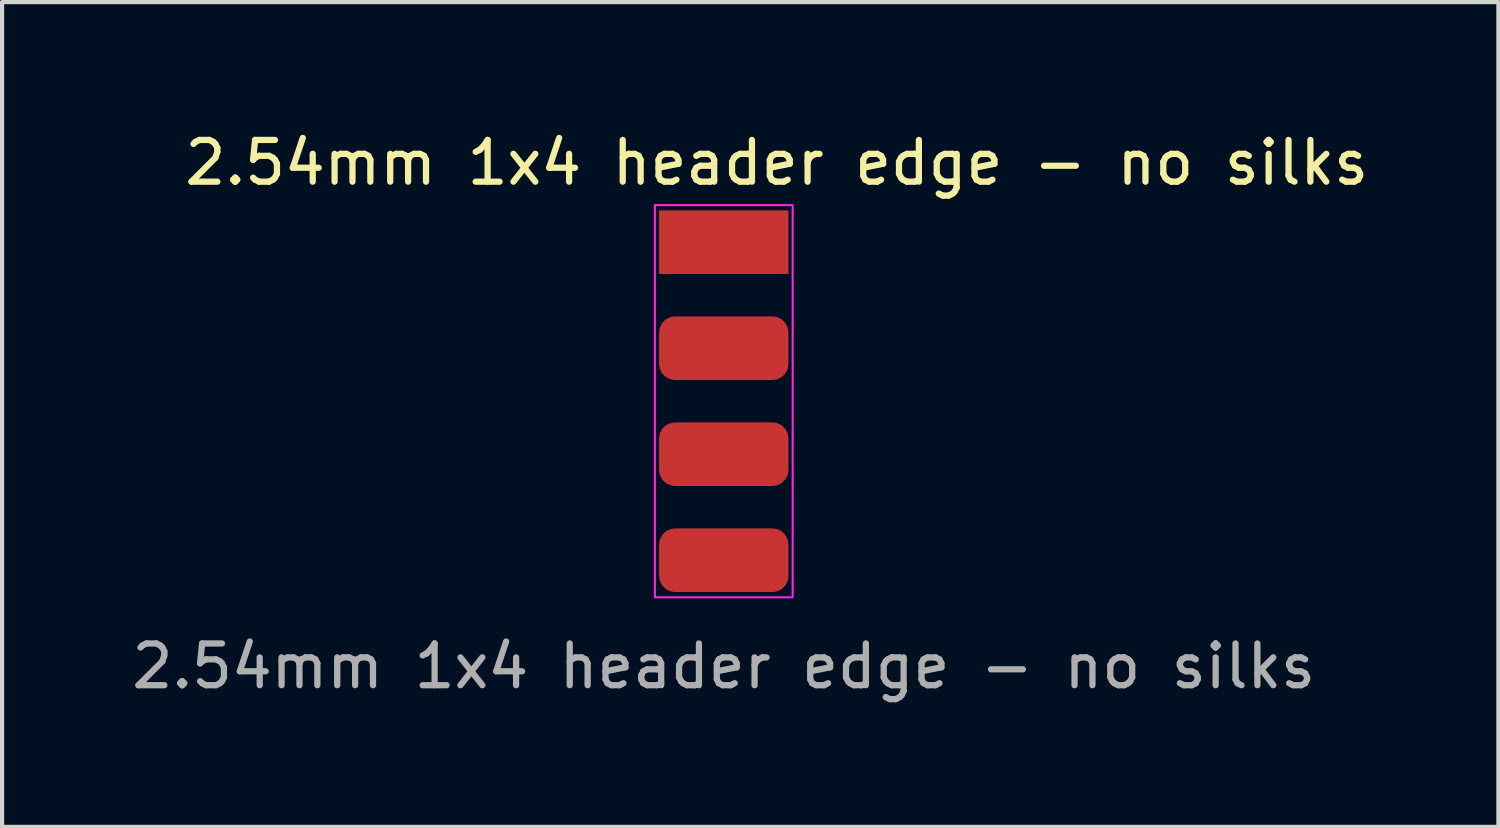
<source format=kicad_pcb>
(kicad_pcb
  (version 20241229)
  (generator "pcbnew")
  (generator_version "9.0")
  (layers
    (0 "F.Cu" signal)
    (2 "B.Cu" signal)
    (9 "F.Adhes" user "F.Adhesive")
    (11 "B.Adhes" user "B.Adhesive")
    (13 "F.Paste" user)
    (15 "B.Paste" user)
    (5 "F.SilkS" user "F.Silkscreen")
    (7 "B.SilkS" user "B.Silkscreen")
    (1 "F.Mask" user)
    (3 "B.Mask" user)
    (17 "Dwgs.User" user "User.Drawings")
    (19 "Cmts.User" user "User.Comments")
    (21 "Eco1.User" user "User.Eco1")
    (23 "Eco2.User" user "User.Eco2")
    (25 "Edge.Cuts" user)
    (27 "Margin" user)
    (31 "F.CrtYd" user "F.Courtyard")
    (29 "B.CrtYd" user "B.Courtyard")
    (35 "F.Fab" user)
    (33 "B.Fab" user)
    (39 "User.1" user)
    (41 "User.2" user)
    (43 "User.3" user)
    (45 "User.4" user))
  (footprint "2.54mm 1x4 header edge - no silks"
    (layer "F.Cu")
    (at 12.641 1.483)
    (property "Reference" "2.54mm 1x4 header edge - no silks" (at 2.921 -0.635 0) (unlocked yes) (layer "F.SilkS") (effects (font (size 1 1) (thickness 0.15))))
    (attr smd)
    (fp_rect (start 3.302 0.381) (end 0 9.779) (stroke (width 0.05) (type solid)) (fill no) (layer "F.CrtYd"))
    (fp_text user "${REFERENCE}" (at 1.651 11.43 0) (unlocked yes) (layer "F.Fab") (effects (font (size 1 1) (thickness 0.15))))
    (pad "1" smd rect (at 1.651 1.27) (size 3.1 1.524) (layers "F.Cu" "F.Mask" "F.Paste"))
    (pad "2" smd roundrect (at 1.651 3.81) (size 3.1 1.524) (layers "F.Cu" "F.Mask" "F.Paste") (roundrect_rratio 0.25))
    (pad "3" smd roundrect (at 1.651 6.35) (size 3.1 1.524) (layers "F.Cu" "F.Mask" "F.Paste") (roundrect_rratio 0.25))
    (pad "4" smd roundrect (at 1.651 8.89) (size 3.1 1.524) (layers "F.Cu" "F.Mask" "F.Paste") (roundrect_rratio 0.25)))
  (gr_rect
    (start -3 -3)
    (end 32.853 16.762)
    (stroke (width 0.1) (type default))
    (fill no)
    (layer "Edge.Cuts")))
</source>
